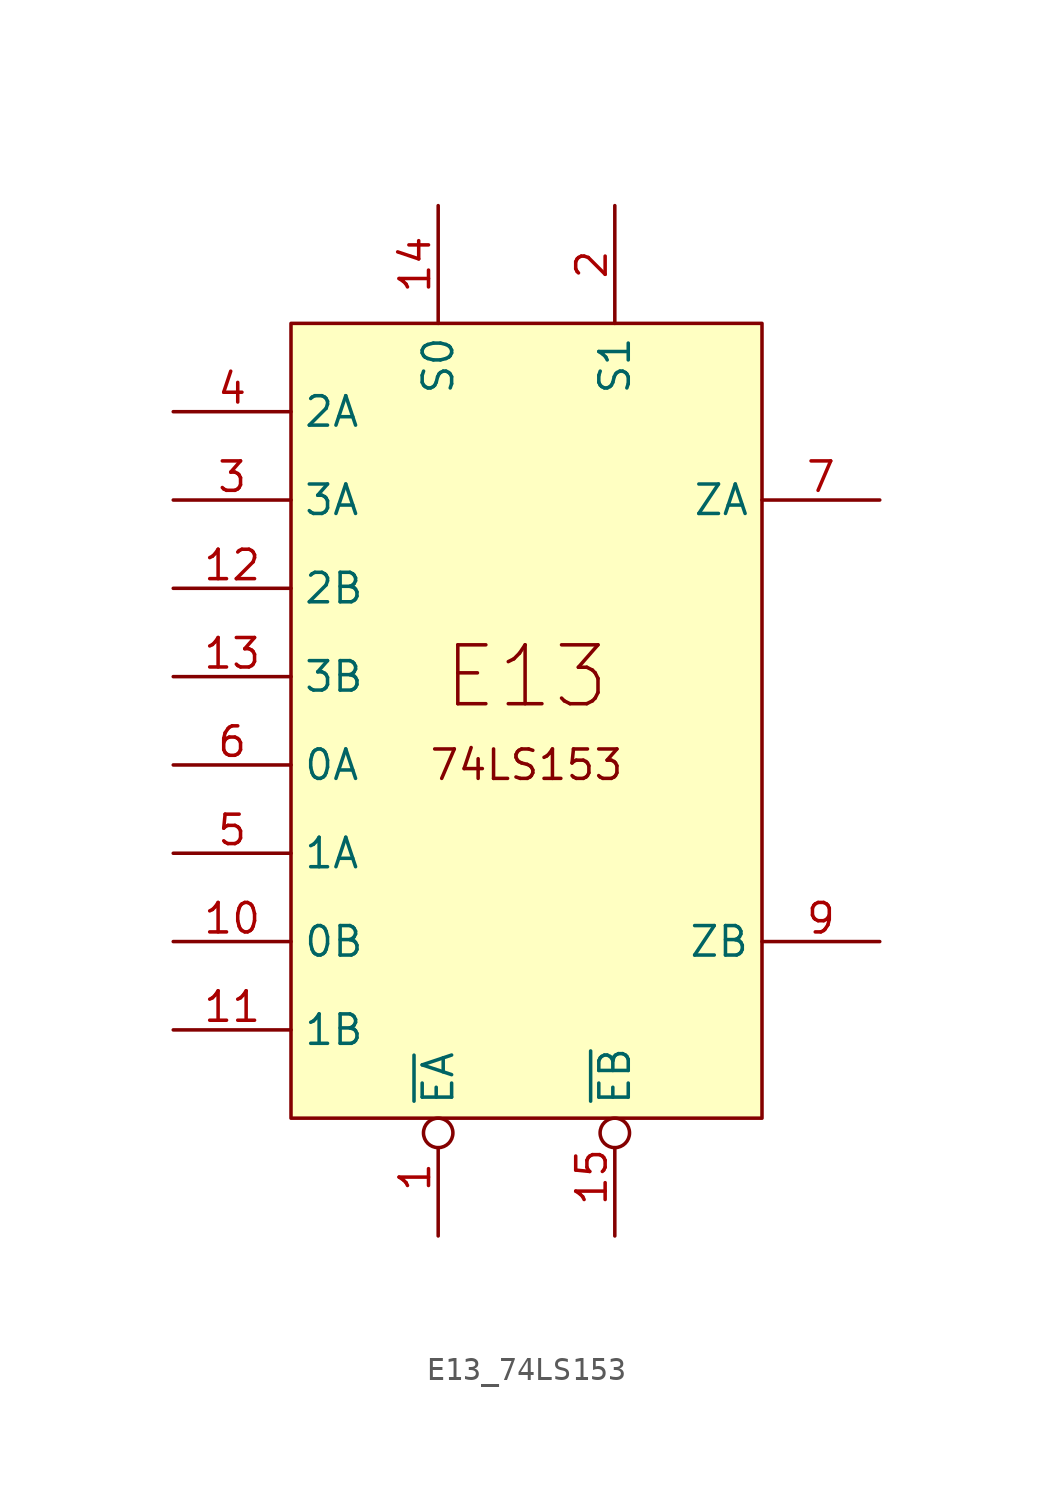
<source format=kicad_sym>
(kicad_symbol_lib
  (version 20211014)
  (generator kicad_symbol_editor)
  (symbol "E13_74LS153"
    (property "Reference" "U"
      (at -33.655 24.765 0)
      (effects (font (size 1.27 1.27)) hide))
    (symbol "E13_74LS153_1_0"
      (pin input inverted (at 6.35 -39.37 90) (length 5.08) (name "~{EA}" (effects (font (size 1.27 1.27)))) (number "1" (effects (font (size 1.27 1.27)))))
      (pin input line (at -5.08 -26.67 0) (length 5.08) (name "0B" (effects (font (size 1.27 1.27)))) (number "10" (effects (font (size 1.27 1.27)))))
      (pin input line (at -5.08 -30.48 0) (length 5.08) (name "1B" (effects (font (size 1.27 1.27)))) (number "11" (effects (font (size 1.27 1.27)))))
      (pin input line (at -5.08 -11.43 0) (length 5.08) (name "2B" (effects (font (size 1.27 1.27)))) (number "12" (effects (font (size 1.27 1.27)))))
      (pin input line (at -5.08 -15.24 0) (length 5.08) (name "3B" (effects (font (size 1.27 1.27)))) (number "13" (effects (font (size 1.27 1.27)))))
      (pin input line (at 6.35 5.08 270) (length 5.08) (name "S0" (effects (font (size 1.27 1.27)))) (number "14" (effects (font (size 1.27 1.27)))))
      (pin input inverted (at 13.97 -39.37 90) (length 5.08) (name "~{EB}" (effects (font (size 1.27 1.27)))) (number "15" (effects (font (size 1.27 1.27)))))
      (pin input line (at 13.97 5.08 270) (length 5.08) (name "S1" (effects (font (size 1.27 1.27)))) (number "2" (effects (font (size 1.27 1.27)))))
      (pin input line (at -5.08 -7.62 0) (length 5.08) (name "3A" (effects (font (size 1.27 1.27)))) (number "3" (effects (font (size 1.27 1.27)))))
      (pin input line (at -5.08 -3.81 0) (length 5.08) (name "2A" (effects (font (size 1.27 1.27)))) (number "4" (effects (font (size 1.27 1.27)))))
      (pin input line (at -5.08 -22.86 0) (length 5.08) (name "1A" (effects (font (size 1.27 1.27)))) (number "5" (effects (font (size 1.27 1.27)))))
      (pin input line (at -5.08 -19.05 0) (length 5.08) (name "0A" (effects (font (size 1.27 1.27)))) (number "6" (effects (font (size 1.27 1.27)))))
      (pin output line (at 25.4 -7.62 180) (length 5.08) (name "ZA" (effects (font (size 1.27 1.27)))) (number "7" (effects (font (size 1.27 1.27)))))
      (pin output line (at 25.4 -26.67 180) (length 5.08) (name "ZB" (effects (font (size 1.27 1.27)))) (number "9" (effects (font (size 1.27 1.27))))))
    (symbol "E13_74LS153_1_1"
      (rectangle (start 0 0) (end 20.32 -34.29) (stroke (width 0) (type default) (color 0 0 0 0)) (fill (type background)))
      (text "74LS153" (at 10.16 -19.05 0) (effects (font (size 1.27 1.27))))
      (text "E13" (at 10.16 -15.24 0) (effects (font (size 2.54 2.54)))))))
</source>
